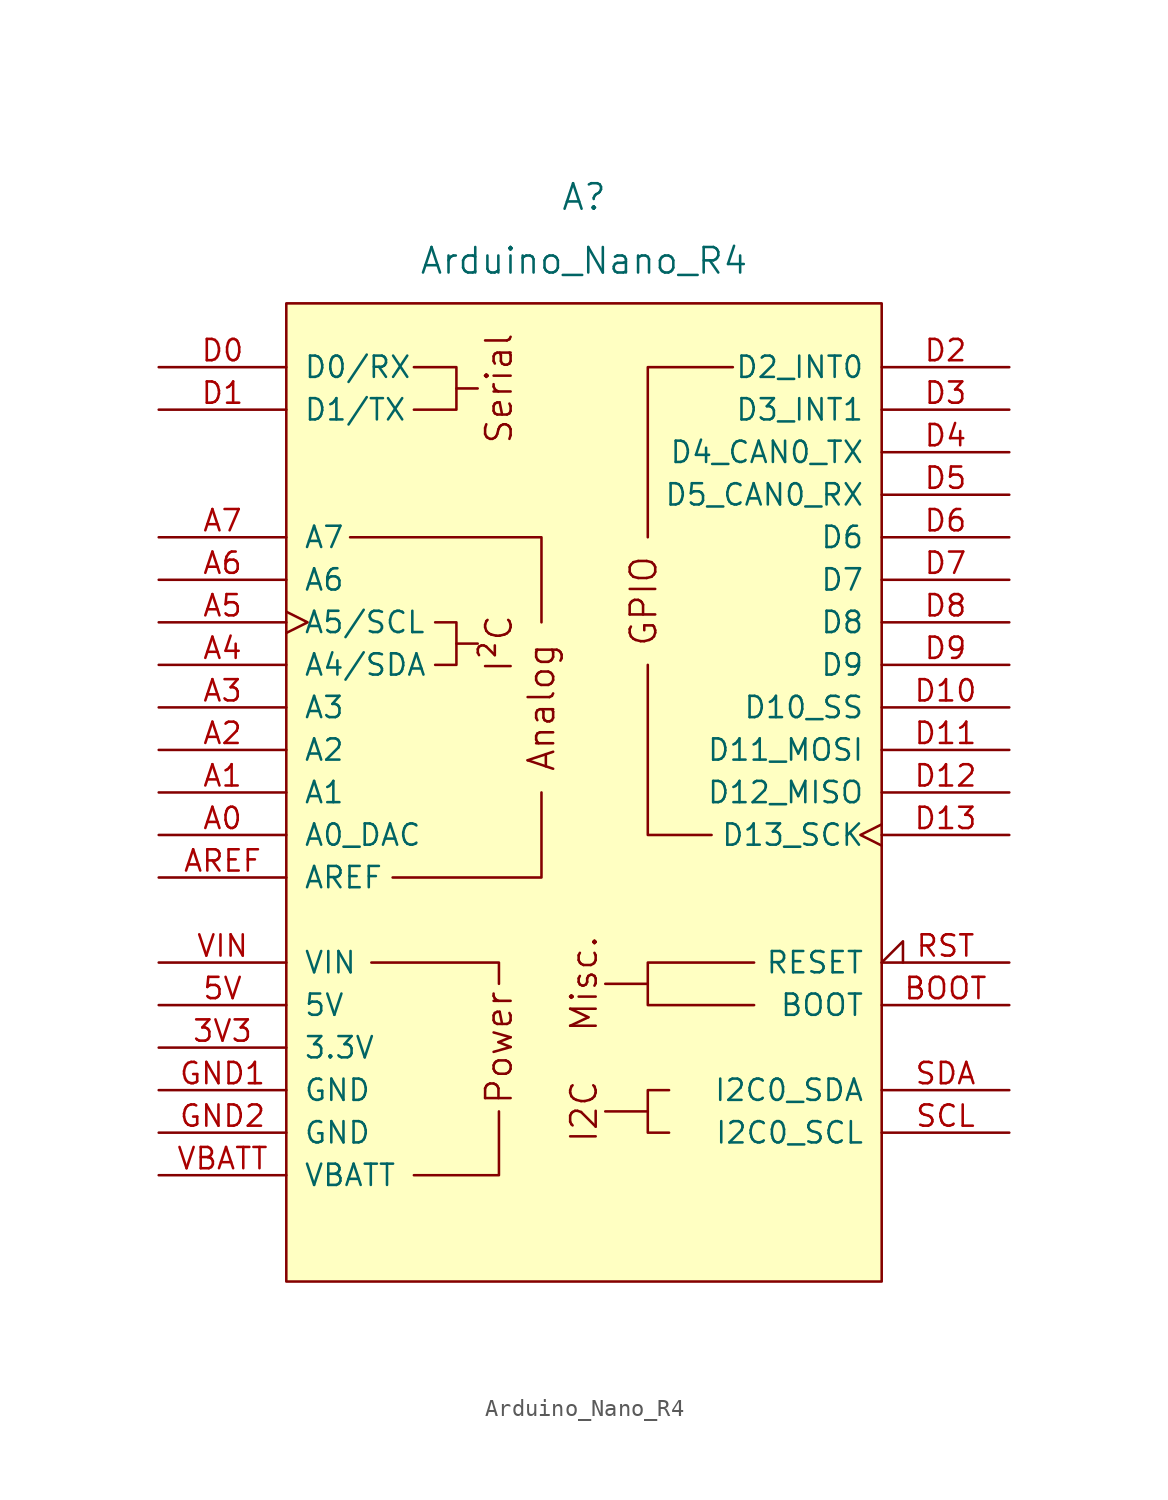
<source format=kicad_sym>
(kicad_symbol_lib
  (version 20241209)
  (generator "kicad_symbol_editor")
  (generator_version "9.0")
  (symbol "Arduino_Nano_R4"
    (pin_names
      (offset 1.016))
    (property "Reference" "A"
      (at 0 33.02 0)
      (effects (font (size 1.524 1.524))))
    (property "Value" "Arduino_Nano_R4"
      (at 0 29.21 0)
      (effects (font (size 1.524 1.524))))
    (symbol "Arduino_Nano_R4_0_0"
      (rectangle (start -17.78 26.67) (end 17.78 -31.75) (stroke (width 0) (type default)) (fill (type background)))
      (polyline (pts (xy -10.16 22.86) (xy -7.62 22.86) (xy -7.62 20.32) (xy -10.16 20.32)) (stroke (width 0) (type default)) (fill (type none)))
      (polyline (pts (xy -10.16 -25.4) (xy -5.08 -25.4) (xy -5.08 -21.59)) (stroke (width 0) (type default)) (fill (type none)))
      (polyline (pts (xy -8.89 7.62) (xy -7.62 7.62) (xy -7.62 5.08) (xy -8.89 5.08)) (stroke (width 0) (type default)) (fill (type none)))
      (polyline (pts (xy -7.62 21.59) (xy -6.35 21.59)) (stroke (width 0) (type default)) (fill (type none)))
      (polyline (pts (xy -7.62 6.35) (xy -6.35 6.35)) (stroke (width 0) (type default)) (fill (type none)))
      (polyline (pts (xy -5.08 -13.97) (xy -5.08 -12.7) (xy -12.7 -12.7)) (stroke (width 0) (type default)) (fill (type none)))
      (polyline (pts (xy 3.81 -13.97) (xy 1.27 -13.97)) (stroke (width 0) (type default)) (fill (type none)))
      (polyline (pts (xy 3.81 -21.59) (xy 1.27 -21.59)) (stroke (width 0) (type default)) (fill (type none)))
      (text "Serial" (at -5.08 21.59 900) (effects (font (size 1.524 1.524))))
      (text "I²C" (at -5.08 6.35 900) (effects (font (size 1.524 1.524))))
      (text "Power" (at -5.08 -17.78 900) (effects (font (size 1.524 1.524))))
      (text "Analog" (at -2.54 2.54 900) (effects (font (size 1.524 1.524))))
      (text "Misc." (at 0 -13.97 900) (effects (font (size 1.524 1.524)))))
    (symbol "Arduino_Nano_R4_0_1"
      (polyline (pts (xy -13.97 12.7) (xy -2.54 12.7) (xy -2.54 7.62)) (stroke (width 0) (type default)) (fill (type none)))
      (polyline (pts (xy -11.43 -7.62) (xy -2.54 -7.62) (xy -2.54 -2.54)) (stroke (width 0) (type default)) (fill (type none)))
      (polyline (pts (xy 5.08 -20.32) (xy 3.81 -20.32) (xy 3.81 -22.86) (xy 5.08 -22.86)) (stroke (width 0) (type default)) (fill (type none)))
      (polyline (pts (xy 7.62 -5.08) (xy 3.81 -5.08) (xy 3.81 5.08)) (stroke (width 0) (type default)) (fill (type none)))
      (polyline (pts (xy 8.89 22.86) (xy 3.81 22.86) (xy 3.81 12.7)) (stroke (width 0) (type default)) (fill (type none)))
      (polyline (pts (xy 10.16 -12.7) (xy 3.81 -12.7) (xy 3.81 -15.24) (xy 10.16 -15.24)) (stroke (width 0) (type default)) (fill (type none))))
    (symbol "Arduino_Nano_R4_1_0"
      (text "GPIO" (at 3.556 8.89 900) (effects (font (size 1.524 1.524)))))
    (symbol "Arduino_Nano_R4_1_1"
      (text "I2C" (at 0 -21.59 900) (effects (font (size 1.524 1.524))))
      (pin bidirectional line (at -25.4 22.86 0) (length 7.62) (name "D0/RX" (effects (font (size 1.27 1.27)))) (number "D0" (effects (font (size 1.27 1.27)))))
      (pin bidirectional line (at -25.4 20.32 0) (length 7.62) (name "D1/TX" (effects (font (size 1.27 1.27)))) (number "D1" (effects (font (size 1.27 1.27)))))
      (pin bidirectional line (at -25.4 12.7 0) (length 7.62) (name "A7" (effects (font (size 1.27 1.27)))) (number "A7" (effects (font (size 1.27 1.27)))))
      (pin bidirectional line (at -25.4 10.16 0) (length 7.62) (name "A6" (effects (font (size 1.27 1.27)))) (number "A6" (effects (font (size 1.27 1.27)))))
      (pin bidirectional clock (at -25.4 7.62 0) (length 7.62) (name "A5/SCL" (effects (font (size 1.27 1.27)))) (number "A5" (effects (font (size 1.27 1.27)))))
      (pin bidirectional line (at -25.4 5.08 0) (length 7.62) (name "A4/SDA" (effects (font (size 1.27 1.27)))) (number "A4" (effects (font (size 1.27 1.27)))))
      (pin bidirectional line (at -25.4 2.54 0) (length 7.62) (name "A3" (effects (font (size 1.27 1.27)))) (number "A3" (effects (font (size 1.27 1.27)))))
      (pin bidirectional line (at -25.4 0 0) (length 7.62) (name "A2" (effects (font (size 1.27 1.27)))) (number "A2" (effects (font (size 1.27 1.27)))))
      (pin bidirectional line (at -25.4 -2.54 0) (length 7.62) (name "A1" (effects (font (size 1.27 1.27)))) (number "A1" (effects (font (size 1.27 1.27)))))
      (pin bidirectional line (at -25.4 -5.08 0) (length 7.62) (name "A0_DAC" (effects (font (size 1.27 1.27)))) (number "A0" (effects (font (size 1.27 1.27)))))
      (pin input line (at -25.4 -7.62 0) (length 7.62) (name "AREF" (effects (font (size 1.27 1.27)))) (number "AREF" (effects (font (size 1.27 1.27)))))
      (pin power_in line (at -25.4 -12.7 0) (length 7.62) (name "VIN" (effects (font (size 1.27 1.27)))) (number "VIN" (effects (font (size 1.27 1.27)))))
      (pin power_out line (at -25.4 -15.24 0) (length 7.62) (name "5V" (effects (font (size 1.27 1.27)))) (number "5V" (effects (font (size 1.27 1.27)))))
      (pin power_out line (at -25.4 -17.78 0) (length 7.62) (name "3.3V" (effects (font (size 1.27 1.27)))) (number "3V3" (effects (font (size 1.27 1.27)))))
      (pin power_in line (at -25.4 -20.32 0) (length 7.62) (name "GND" (effects (font (size 1.27 1.27)))) (number "GND1" (effects (font (size 1.27 1.27)))))
      (pin power_in line (at -25.4 -22.86 0) (length 7.62) (name "GND" (effects (font (size 1.27 1.27)))) (number "GND2" (effects (font (size 1.27 1.27)))))
      (pin power_in line (at -25.4 -25.4 0) (length 7.62) (name "VBATT" (effects (font (size 1.27 1.27)))) (number "VBATT" (effects (font (size 1.27 1.27)))))
      (pin bidirectional line (at 25.4 22.86 180) (length 7.62) (name "D2_INT0" (effects (font (size 1.27 1.27)))) (number "D2" (effects (font (size 1.27 1.27)))))
      (pin bidirectional line (at 25.4 20.32 180) (length 7.62) (name "D3_INT1" (effects (font (size 1.27 1.27)))) (number "D3" (effects (font (size 1.27 1.27)))))
      (pin bidirectional line (at 25.4 17.78 180) (length 7.62) (name "D4_CAN0_TX" (effects (font (size 1.27 1.27)))) (number "D4" (effects (font (size 1.27 1.27)))))
      (pin bidirectional line (at 25.4 15.24 180) (length 7.62) (name "D5_CAN0_RX" (effects (font (size 1.27 1.27)))) (number "D5" (effects (font (size 1.27 1.27)))))
      (pin bidirectional line (at 25.4 12.7 180) (length 7.62) (name "D6" (effects (font (size 1.27 1.27)))) (number "D6" (effects (font (size 1.27 1.27)))))
      (pin bidirectional line (at 25.4 10.16 180) (length 7.62) (name "D7" (effects (font (size 1.27 1.27)))) (number "D7" (effects (font (size 1.27 1.27)))))
      (pin bidirectional line (at 25.4 7.62 180) (length 7.62) (name "D8" (effects (font (size 1.27 1.27)))) (number "D8" (effects (font (size 1.27 1.27)))))
      (pin bidirectional line (at 25.4 5.08 180) (length 7.62) (name "D9" (effects (font (size 1.27 1.27)))) (number "D9" (effects (font (size 1.27 1.27)))))
      (pin bidirectional line (at 25.4 2.54 180) (length 7.62) (name "D10_SS" (effects (font (size 1.27 1.27)))) (number "D10" (effects (font (size 1.27 1.27)))))
      (pin bidirectional line (at 25.4 0 180) (length 7.62) (name "D11_MOSI" (effects (font (size 1.27 1.27)))) (number "D11" (effects (font (size 1.27 1.27)))))
      (pin bidirectional line (at 25.4 -2.54 180) (length 7.62) (name "D12_MISO" (effects (font (size 1.27 1.27)))) (number "D12" (effects (font (size 1.27 1.27)))))
      (pin bidirectional clock (at 25.4 -5.08 180) (length 7.62) (name "D13_SCK" (effects (font (size 1.27 1.27)))) (number "D13" (effects (font (size 1.27 1.27)))))
      (pin open_collector input_low (at 25.4 -12.7 180) (length 7.62) (name "RESET" (effects (font (size 1.27 1.27)))) (number "RST" (effects (font (size 1.27 1.27)))))
      (pin input line (at 25.4 -15.24 180) (length 7.62) (name "BOOT" (effects (font (size 1.27 1.27)))) (number "BOOT" (effects (font (size 1.27 1.27)))))
      (pin input line (at 25.4 -20.32 180) (length 7.62) (name "I2C0_SDA" (effects (font (size 1.27 1.27)))) (number "SDA" (effects (font (size 1.27 1.27)))))
      (pin input line (at 25.4 -22.86 180) (length 7.62) (name "I2C0_SCL" (effects (font (size 1.27 1.27)))) (number "SCL" (effects (font (size 1.27 1.27))))))))
</source>
